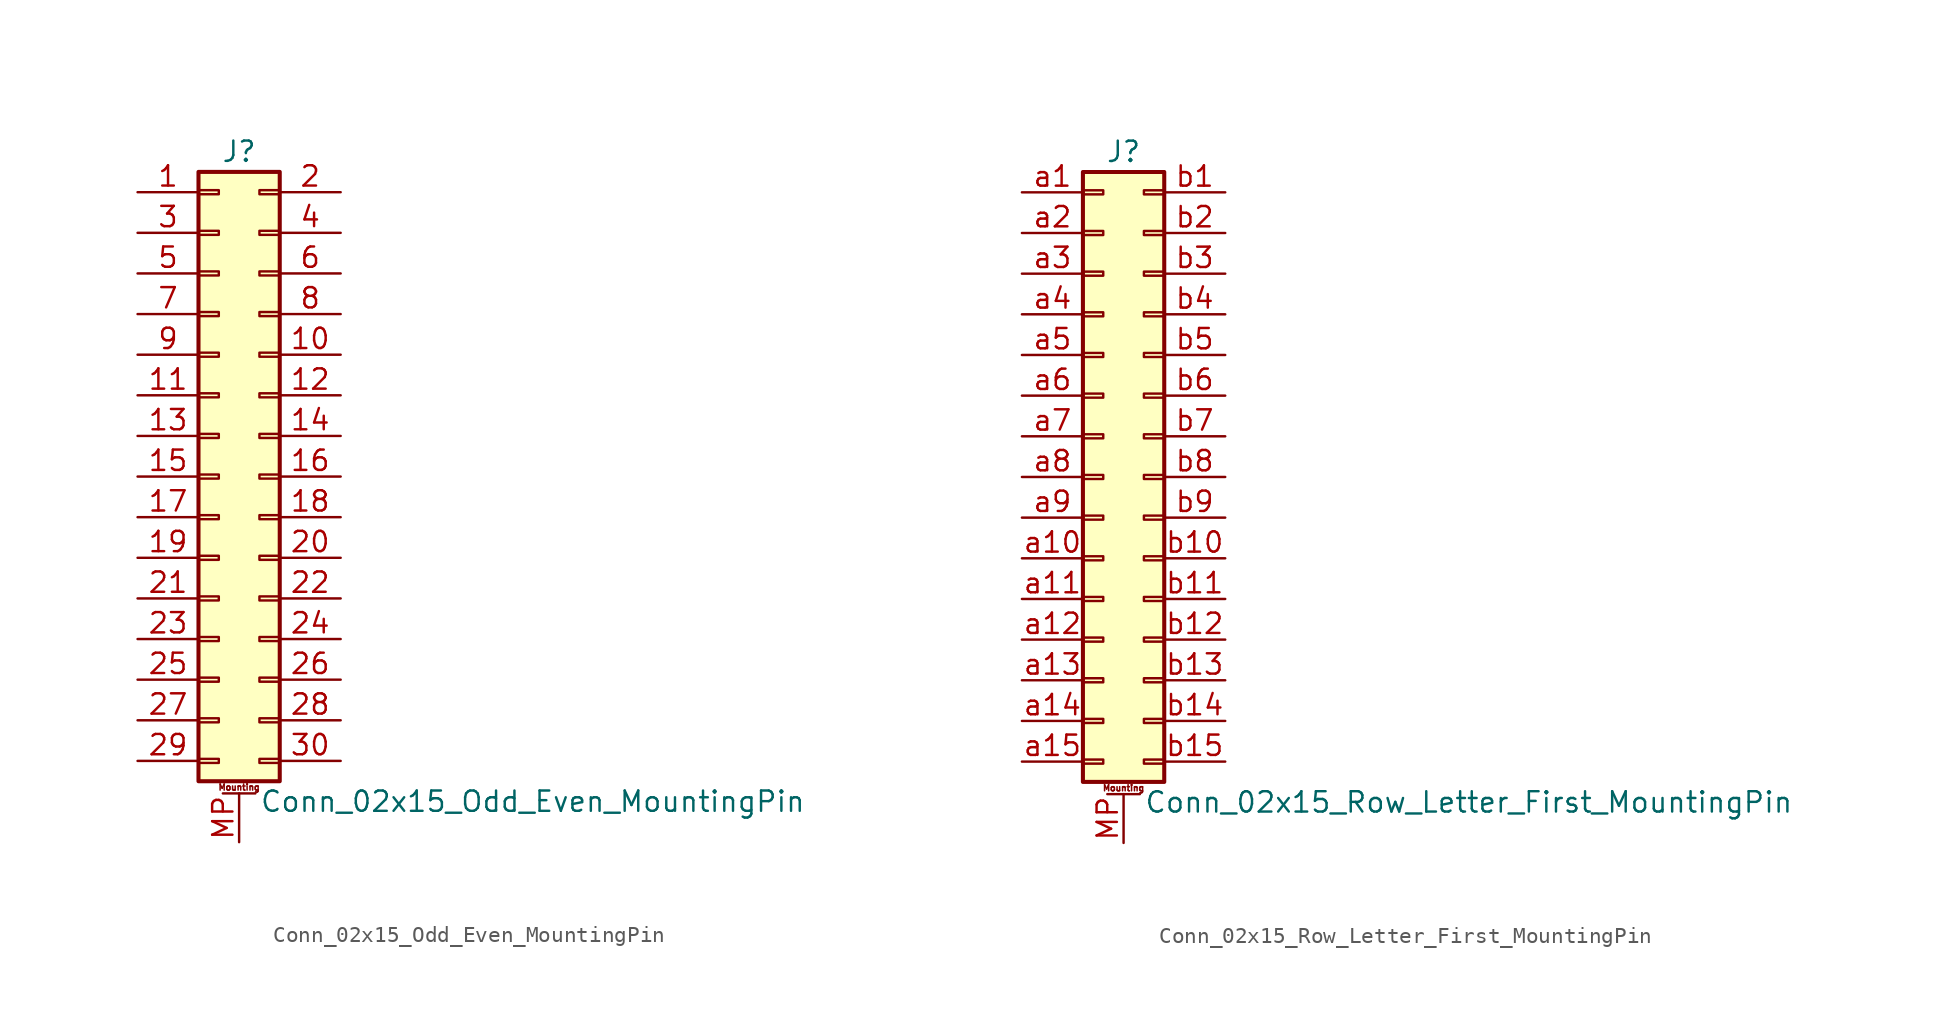
<source format=kicad_sym>
(kicad_symbol_lib
  (version 20211014)
  (generator kicad_symbol_editor)
  (symbol "Conn_02x15_Odd_Even_MountingPin"
    (pin_names
      (offset 1.016) hide)
    (property "Reference" "J"
      (at 1.27 20.32 0)
      (effects (font (size 1.27 1.27))))
    (property "Value" "Conn_02x15_Odd_Even_MountingPin"
      (at 2.54 -20.32 0)
      (effects (font (size 1.27 1.27)) (justify left)))
    (symbol "Conn_02x15_Odd_Even_MountingPin_1_1"
      (rectangle (start -1.27 -17.653) (end 0 -17.907) (stroke (width 0.152) (type default) (color 0 0 0 0)) (fill (type none)))
      (rectangle (start -1.27 -15.113) (end 0 -15.367) (stroke (width 0.152) (type default) (color 0 0 0 0)) (fill (type none)))
      (rectangle (start -1.27 -12.573) (end 0 -12.827) (stroke (width 0.152) (type default) (color 0 0 0 0)) (fill (type none)))
      (rectangle (start -1.27 -10.033) (end 0 -10.287) (stroke (width 0.152) (type default) (color 0 0 0 0)) (fill (type none)))
      (rectangle (start -1.27 -7.493) (end 0 -7.747) (stroke (width 0.152) (type default) (color 0 0 0 0)) (fill (type none)))
      (rectangle (start -1.27 -4.953) (end 0 -5.207) (stroke (width 0.152) (type default) (color 0 0 0 0)) (fill (type none)))
      (rectangle (start -1.27 -2.413) (end 0 -2.667) (stroke (width 0.152) (type default) (color 0 0 0 0)) (fill (type none)))
      (rectangle (start -1.27 0.127) (end 0 -0.127) (stroke (width 0.152) (type default) (color 0 0 0 0)) (fill (type none)))
      (rectangle (start -1.27 2.667) (end 0 2.413) (stroke (width 0.152) (type default) (color 0 0 0 0)) (fill (type none)))
      (rectangle (start -1.27 5.207) (end 0 4.953) (stroke (width 0.152) (type default) (color 0 0 0 0)) (fill (type none)))
      (rectangle (start -1.27 7.747) (end 0 7.493) (stroke (width 0.152) (type default) (color 0 0 0 0)) (fill (type none)))
      (rectangle (start -1.27 10.287) (end 0 10.033) (stroke (width 0.152) (type default) (color 0 0 0 0)) (fill (type none)))
      (rectangle (start -1.27 12.827) (end 0 12.573) (stroke (width 0.152) (type default) (color 0 0 0 0)) (fill (type none)))
      (rectangle (start -1.27 15.367) (end 0 15.113) (stroke (width 0.152) (type default) (color 0 0 0 0)) (fill (type none)))
      (rectangle (start -1.27 17.907) (end 0 17.653) (stroke (width 0.152) (type default) (color 0 0 0 0)) (fill (type none)))
      (rectangle (start -1.27 19.05) (end 3.81 -19.05) (stroke (width 0.254) (type default) (color 0 0 0 0)) (fill (type background)))
      (polyline (pts (xy 0.254 -19.812) (xy 2.286 -19.812)) (stroke (width 0.152) (type default) (color 0 0 0 0)) (fill (type none)))
      (rectangle (start 3.81 -17.653) (end 2.54 -17.907) (stroke (width 0.152) (type default) (color 0 0 0 0)) (fill (type none)))
      (rectangle (start 3.81 -15.113) (end 2.54 -15.367) (stroke (width 0.152) (type default) (color 0 0 0 0)) (fill (type none)))
      (rectangle (start 3.81 -12.573) (end 2.54 -12.827) (stroke (width 0.152) (type default) (color 0 0 0 0)) (fill (type none)))
      (rectangle (start 3.81 -10.033) (end 2.54 -10.287) (stroke (width 0.152) (type default) (color 0 0 0 0)) (fill (type none)))
      (rectangle (start 3.81 -7.493) (end 2.54 -7.747) (stroke (width 0.152) (type default) (color 0 0 0 0)) (fill (type none)))
      (rectangle (start 3.81 -4.953) (end 2.54 -5.207) (stroke (width 0.152) (type default) (color 0 0 0 0)) (fill (type none)))
      (rectangle (start 3.81 -2.413) (end 2.54 -2.667) (stroke (width 0.152) (type default) (color 0 0 0 0)) (fill (type none)))
      (rectangle (start 3.81 0.127) (end 2.54 -0.127) (stroke (width 0.152) (type default) (color 0 0 0 0)) (fill (type none)))
      (rectangle (start 3.81 2.667) (end 2.54 2.413) (stroke (width 0.152) (type default) (color 0 0 0 0)) (fill (type none)))
      (rectangle (start 3.81 5.207) (end 2.54 4.953) (stroke (width 0.152) (type default) (color 0 0 0 0)) (fill (type none)))
      (rectangle (start 3.81 7.747) (end 2.54 7.493) (stroke (width 0.152) (type default) (color 0 0 0 0)) (fill (type none)))
      (rectangle (start 3.81 10.287) (end 2.54 10.033) (stroke (width 0.152) (type default) (color 0 0 0 0)) (fill (type none)))
      (rectangle (start 3.81 12.827) (end 2.54 12.573) (stroke (width 0.152) (type default) (color 0 0 0 0)) (fill (type none)))
      (rectangle (start 3.81 15.367) (end 2.54 15.113) (stroke (width 0.152) (type default) (color 0 0 0 0)) (fill (type none)))
      (rectangle (start 3.81 17.907) (end 2.54 17.653) (stroke (width 0.152) (type default) (color 0 0 0 0)) (fill (type none)))
      (text "Mounting" (at 1.27 -19.431 0) (effects (font (size 0.381 0.381))))
      (pin passive line (at -5.08 17.78 0) (length 3.81) (name "Pin_1" (effects (font (size 1.27 1.27)))) (number "1" (effects (font (size 1.27 1.27)))))
      (pin passive line (at 7.62 7.62 180) (length 3.81) (name "Pin_10" (effects (font (size 1.27 1.27)))) (number "10" (effects (font (size 1.27 1.27)))))
      (pin passive line (at -5.08 5.08 0) (length 3.81) (name "Pin_11" (effects (font (size 1.27 1.27)))) (number "11" (effects (font (size 1.27 1.27)))))
      (pin passive line (at 7.62 5.08 180) (length 3.81) (name "Pin_12" (effects (font (size 1.27 1.27)))) (number "12" (effects (font (size 1.27 1.27)))))
      (pin passive line (at -5.08 2.54 0) (length 3.81) (name "Pin_13" (effects (font (size 1.27 1.27)))) (number "13" (effects (font (size 1.27 1.27)))))
      (pin passive line (at 7.62 2.54 180) (length 3.81) (name "Pin_14" (effects (font (size 1.27 1.27)))) (number "14" (effects (font (size 1.27 1.27)))))
      (pin passive line (at -5.08 0 0) (length 3.81) (name "Pin_15" (effects (font (size 1.27 1.27)))) (number "15" (effects (font (size 1.27 1.27)))))
      (pin passive line (at 7.62 0 180) (length 3.81) (name "Pin_16" (effects (font (size 1.27 1.27)))) (number "16" (effects (font (size 1.27 1.27)))))
      (pin passive line (at -5.08 -2.54 0) (length 3.81) (name "Pin_17" (effects (font (size 1.27 1.27)))) (number "17" (effects (font (size 1.27 1.27)))))
      (pin passive line (at 7.62 -2.54 180) (length 3.81) (name "Pin_18" (effects (font (size 1.27 1.27)))) (number "18" (effects (font (size 1.27 1.27)))))
      (pin passive line (at -5.08 -5.08 0) (length 3.81) (name "Pin_19" (effects (font (size 1.27 1.27)))) (number "19" (effects (font (size 1.27 1.27)))))
      (pin passive line (at 7.62 17.78 180) (length 3.81) (name "Pin_2" (effects (font (size 1.27 1.27)))) (number "2" (effects (font (size 1.27 1.27)))))
      (pin passive line (at 7.62 -5.08 180) (length 3.81) (name "Pin_20" (effects (font (size 1.27 1.27)))) (number "20" (effects (font (size 1.27 1.27)))))
      (pin passive line (at -5.08 -7.62 0) (length 3.81) (name "Pin_21" (effects (font (size 1.27 1.27)))) (number "21" (effects (font (size 1.27 1.27)))))
      (pin passive line (at 7.62 -7.62 180) (length 3.81) (name "Pin_22" (effects (font (size 1.27 1.27)))) (number "22" (effects (font (size 1.27 1.27)))))
      (pin passive line (at -5.08 -10.16 0) (length 3.81) (name "Pin_23" (effects (font (size 1.27 1.27)))) (number "23" (effects (font (size 1.27 1.27)))))
      (pin passive line (at 7.62 -10.16 180) (length 3.81) (name "Pin_24" (effects (font (size 1.27 1.27)))) (number "24" (effects (font (size 1.27 1.27)))))
      (pin passive line (at -5.08 -12.7 0) (length 3.81) (name "Pin_25" (effects (font (size 1.27 1.27)))) (number "25" (effects (font (size 1.27 1.27)))))
      (pin passive line (at 7.62 -12.7 180) (length 3.81) (name "Pin_26" (effects (font (size 1.27 1.27)))) (number "26" (effects (font (size 1.27 1.27)))))
      (pin passive line (at -5.08 -15.24 0) (length 3.81) (name "Pin_27" (effects (font (size 1.27 1.27)))) (number "27" (effects (font (size 1.27 1.27)))))
      (pin passive line (at 7.62 -15.24 180) (length 3.81) (name "Pin_28" (effects (font (size 1.27 1.27)))) (number "28" (effects (font (size 1.27 1.27)))))
      (pin passive line (at -5.08 -17.78 0) (length 3.81) (name "Pin_29" (effects (font (size 1.27 1.27)))) (number "29" (effects (font (size 1.27 1.27)))))
      (pin passive line (at -5.08 15.24 0) (length 3.81) (name "Pin_3" (effects (font (size 1.27 1.27)))) (number "3" (effects (font (size 1.27 1.27)))))
      (pin passive line (at 7.62 -17.78 180) (length 3.81) (name "Pin_30" (effects (font (size 1.27 1.27)))) (number "30" (effects (font (size 1.27 1.27)))))
      (pin passive line (at 7.62 15.24 180) (length 3.81) (name "Pin_4" (effects (font (size 1.27 1.27)))) (number "4" (effects (font (size 1.27 1.27)))))
      (pin passive line (at -5.08 12.7 0) (length 3.81) (name "Pin_5" (effects (font (size 1.27 1.27)))) (number "5" (effects (font (size 1.27 1.27)))))
      (pin passive line (at 7.62 12.7 180) (length 3.81) (name "Pin_6" (effects (font (size 1.27 1.27)))) (number "6" (effects (font (size 1.27 1.27)))))
      (pin passive line (at -5.08 10.16 0) (length 3.81) (name "Pin_7" (effects (font (size 1.27 1.27)))) (number "7" (effects (font (size 1.27 1.27)))))
      (pin passive line (at 7.62 10.16 180) (length 3.81) (name "Pin_8" (effects (font (size 1.27 1.27)))) (number "8" (effects (font (size 1.27 1.27)))))
      (pin passive line (at -5.08 7.62 0) (length 3.81) (name "Pin_9" (effects (font (size 1.27 1.27)))) (number "9" (effects (font (size 1.27 1.27)))))
      (pin passive line (at 1.27 -22.86 90) (length 3.048) (name "MountPin" (effects (font (size 1.27 1.27)))) (number "MP" (effects (font (size 1.27 1.27)))))))
  (symbol "Conn_02x15_Row_Letter_First_MountingPin"
    (pin_names
      (offset 1.016) hide)
    (property "Reference" "J"
      (at 1.27 20.32 0)
      (effects (font (size 1.27 1.27))))
    (property "Value" "Conn_02x15_Row_Letter_First_MountingPin"
      (at 2.54 -20.32 0)
      (effects (font (size 1.27 1.27)) (justify left)))
    (symbol "Conn_02x15_Row_Letter_First_MountingPin_1_1"
      (rectangle (start -1.27 -17.653) (end 0 -17.907) (stroke (width 0.152) (type default) (color 0 0 0 0)) (fill (type none)))
      (rectangle (start -1.27 -15.113) (end 0 -15.367) (stroke (width 0.152) (type default) (color 0 0 0 0)) (fill (type none)))
      (rectangle (start -1.27 -12.573) (end 0 -12.827) (stroke (width 0.152) (type default) (color 0 0 0 0)) (fill (type none)))
      (rectangle (start -1.27 -10.033) (end 0 -10.287) (stroke (width 0.152) (type default) (color 0 0 0 0)) (fill (type none)))
      (rectangle (start -1.27 -7.493) (end 0 -7.747) (stroke (width 0.152) (type default) (color 0 0 0 0)) (fill (type none)))
      (rectangle (start -1.27 -4.953) (end 0 -5.207) (stroke (width 0.152) (type default) (color 0 0 0 0)) (fill (type none)))
      (rectangle (start -1.27 -2.413) (end 0 -2.667) (stroke (width 0.152) (type default) (color 0 0 0 0)) (fill (type none)))
      (rectangle (start -1.27 0.127) (end 0 -0.127) (stroke (width 0.152) (type default) (color 0 0 0 0)) (fill (type none)))
      (rectangle (start -1.27 2.667) (end 0 2.413) (stroke (width 0.152) (type default) (color 0 0 0 0)) (fill (type none)))
      (rectangle (start -1.27 5.207) (end 0 4.953) (stroke (width 0.152) (type default) (color 0 0 0 0)) (fill (type none)))
      (rectangle (start -1.27 7.747) (end 0 7.493) (stroke (width 0.152) (type default) (color 0 0 0 0)) (fill (type none)))
      (rectangle (start -1.27 10.287) (end 0 10.033) (stroke (width 0.152) (type default) (color 0 0 0 0)) (fill (type none)))
      (rectangle (start -1.27 12.827) (end 0 12.573) (stroke (width 0.152) (type default) (color 0 0 0 0)) (fill (type none)))
      (rectangle (start -1.27 15.367) (end 0 15.113) (stroke (width 0.152) (type default) (color 0 0 0 0)) (fill (type none)))
      (rectangle (start -1.27 17.907) (end 0 17.653) (stroke (width 0.152) (type default) (color 0 0 0 0)) (fill (type none)))
      (rectangle (start -1.27 19.05) (end 3.81 -19.05) (stroke (width 0.254) (type default) (color 0 0 0 0)) (fill (type background)))
      (polyline (pts (xy 0.254 -19.812) (xy 2.286 -19.812)) (stroke (width 0.152) (type default) (color 0 0 0 0)) (fill (type none)))
      (rectangle (start 3.81 -17.653) (end 2.54 -17.907) (stroke (width 0.152) (type default) (color 0 0 0 0)) (fill (type none)))
      (rectangle (start 3.81 -15.113) (end 2.54 -15.367) (stroke (width 0.152) (type default) (color 0 0 0 0)) (fill (type none)))
      (rectangle (start 3.81 -12.573) (end 2.54 -12.827) (stroke (width 0.152) (type default) (color 0 0 0 0)) (fill (type none)))
      (rectangle (start 3.81 -10.033) (end 2.54 -10.287) (stroke (width 0.152) (type default) (color 0 0 0 0)) (fill (type none)))
      (rectangle (start 3.81 -7.493) (end 2.54 -7.747) (stroke (width 0.152) (type default) (color 0 0 0 0)) (fill (type none)))
      (rectangle (start 3.81 -4.953) (end 2.54 -5.207) (stroke (width 0.152) (type default) (color 0 0 0 0)) (fill (type none)))
      (rectangle (start 3.81 -2.413) (end 2.54 -2.667) (stroke (width 0.152) (type default) (color 0 0 0 0)) (fill (type none)))
      (rectangle (start 3.81 0.127) (end 2.54 -0.127) (stroke (width 0.152) (type default) (color 0 0 0 0)) (fill (type none)))
      (rectangle (start 3.81 2.667) (end 2.54 2.413) (stroke (width 0.152) (type default) (color 0 0 0 0)) (fill (type none)))
      (rectangle (start 3.81 5.207) (end 2.54 4.953) (stroke (width 0.152) (type default) (color 0 0 0 0)) (fill (type none)))
      (rectangle (start 3.81 7.747) (end 2.54 7.493) (stroke (width 0.152) (type default) (color 0 0 0 0)) (fill (type none)))
      (rectangle (start 3.81 10.287) (end 2.54 10.033) (stroke (width 0.152) (type default) (color 0 0 0 0)) (fill (type none)))
      (rectangle (start 3.81 12.827) (end 2.54 12.573) (stroke (width 0.152) (type default) (color 0 0 0 0)) (fill (type none)))
      (rectangle (start 3.81 15.367) (end 2.54 15.113) (stroke (width 0.152) (type default) (color 0 0 0 0)) (fill (type none)))
      (rectangle (start 3.81 17.907) (end 2.54 17.653) (stroke (width 0.152) (type default) (color 0 0 0 0)) (fill (type none)))
      (text "Mounting" (at 1.27 -19.431 0) (effects (font (size 0.381 0.381))))
      (pin passive line (at 1.27 -22.86 90) (length 3.048) (name "MountPin" (effects (font (size 1.27 1.27)))) (number "MP" (effects (font (size 1.27 1.27)))))
      (pin passive line (at -5.08 17.78 0) (length 3.81) (name "Pin_a1" (effects (font (size 1.27 1.27)))) (number "a1" (effects (font (size 1.27 1.27)))))
      (pin passive line (at -5.08 -5.08 0) (length 3.81) (name "Pin_a10" (effects (font (size 1.27 1.27)))) (number "a10" (effects (font (size 1.27 1.27)))))
      (pin passive line (at -5.08 -7.62 0) (length 3.81) (name "Pin_a11" (effects (font (size 1.27 1.27)))) (number "a11" (effects (font (size 1.27 1.27)))))
      (pin passive line (at -5.08 -10.16 0) (length 3.81) (name "Pin_a12" (effects (font (size 1.27 1.27)))) (number "a12" (effects (font (size 1.27 1.27)))))
      (pin passive line (at -5.08 -12.7 0) (length 3.81) (name "Pin_a13" (effects (font (size 1.27 1.27)))) (number "a13" (effects (font (size 1.27 1.27)))))
      (pin passive line (at -5.08 -15.24 0) (length 3.81) (name "Pin_a14" (effects (font (size 1.27 1.27)))) (number "a14" (effects (font (size 1.27 1.27)))))
      (pin passive line (at -5.08 -17.78 0) (length 3.81) (name "Pin_a15" (effects (font (size 1.27 1.27)))) (number "a15" (effects (font (size 1.27 1.27)))))
      (pin passive line (at -5.08 15.24 0) (length 3.81) (name "Pin_a2" (effects (font (size 1.27 1.27)))) (number "a2" (effects (font (size 1.27 1.27)))))
      (pin passive line (at -5.08 12.7 0) (length 3.81) (name "Pin_a3" (effects (font (size 1.27 1.27)))) (number "a3" (effects (font (size 1.27 1.27)))))
      (pin passive line (at -5.08 10.16 0) (length 3.81) (name "Pin_a4" (effects (font (size 1.27 1.27)))) (number "a4" (effects (font (size 1.27 1.27)))))
      (pin passive line (at -5.08 7.62 0) (length 3.81) (name "Pin_a5" (effects (font (size 1.27 1.27)))) (number "a5" (effects (font (size 1.27 1.27)))))
      (pin passive line (at -5.08 5.08 0) (length 3.81) (name "Pin_a6" (effects (font (size 1.27 1.27)))) (number "a6" (effects (font (size 1.27 1.27)))))
      (pin passive line (at -5.08 2.54 0) (length 3.81) (name "Pin_a7" (effects (font (size 1.27 1.27)))) (number "a7" (effects (font (size 1.27 1.27)))))
      (pin passive line (at -5.08 0 0) (length 3.81) (name "Pin_a8" (effects (font (size 1.27 1.27)))) (number "a8" (effects (font (size 1.27 1.27)))))
      (pin passive line (at -5.08 -2.54 0) (length 3.81) (name "Pin_a9" (effects (font (size 1.27 1.27)))) (number "a9" (effects (font (size 1.27 1.27)))))
      (pin passive line (at 7.62 17.78 180) (length 3.81) (name "Pin_b1" (effects (font (size 1.27 1.27)))) (number "b1" (effects (font (size 1.27 1.27)))))
      (pin passive line (at 7.62 -5.08 180) (length 3.81) (name "Pin_b10" (effects (font (size 1.27 1.27)))) (number "b10" (effects (font (size 1.27 1.27)))))
      (pin passive line (at 7.62 -7.62 180) (length 3.81) (name "Pin_b11" (effects (font (size 1.27 1.27)))) (number "b11" (effects (font (size 1.27 1.27)))))
      (pin passive line (at 7.62 -10.16 180) (length 3.81) (name "Pin_b12" (effects (font (size 1.27 1.27)))) (number "b12" (effects (font (size 1.27 1.27)))))
      (pin passive line (at 7.62 -12.7 180) (length 3.81) (name "Pin_b13" (effects (font (size 1.27 1.27)))) (number "b13" (effects (font (size 1.27 1.27)))))
      (pin passive line (at 7.62 -15.24 180) (length 3.81) (name "Pin_b14" (effects (font (size 1.27 1.27)))) (number "b14" (effects (font (size 1.27 1.27)))))
      (pin passive line (at 7.62 -17.78 180) (length 3.81) (name "Pin_b15" (effects (font (size 1.27 1.27)))) (number "b15" (effects (font (size 1.27 1.27)))))
      (pin passive line (at 7.62 15.24 180) (length 3.81) (name "Pin_b2" (effects (font (size 1.27 1.27)))) (number "b2" (effects (font (size 1.27 1.27)))))
      (pin passive line (at 7.62 12.7 180) (length 3.81) (name "Pin_b3" (effects (font (size 1.27 1.27)))) (number "b3" (effects (font (size 1.27 1.27)))))
      (pin passive line (at 7.62 10.16 180) (length 3.81) (name "Pin_b4" (effects (font (size 1.27 1.27)))) (number "b4" (effects (font (size 1.27 1.27)))))
      (pin passive line (at 7.62 7.62 180) (length 3.81) (name "Pin_b5" (effects (font (size 1.27 1.27)))) (number "b5" (effects (font (size 1.27 1.27)))))
      (pin passive line (at 7.62 5.08 180) (length 3.81) (name "Pin_b6" (effects (font (size 1.27 1.27)))) (number "b6" (effects (font (size 1.27 1.27)))))
      (pin passive line (at 7.62 2.54 180) (length 3.81) (name "Pin_b7" (effects (font (size 1.27 1.27)))) (number "b7" (effects (font (size 1.27 1.27)))))
      (pin passive line (at 7.62 0 180) (length 3.81) (name "Pin_b8" (effects (font (size 1.27 1.27)))) (number "b8" (effects (font (size 1.27 1.27)))))
      (pin passive line (at 7.62 -2.54 180) (length 3.81) (name "Pin_b9" (effects (font (size 1.27 1.27)))) (number "b9" (effects (font (size 1.27 1.27))))))))
</source>
